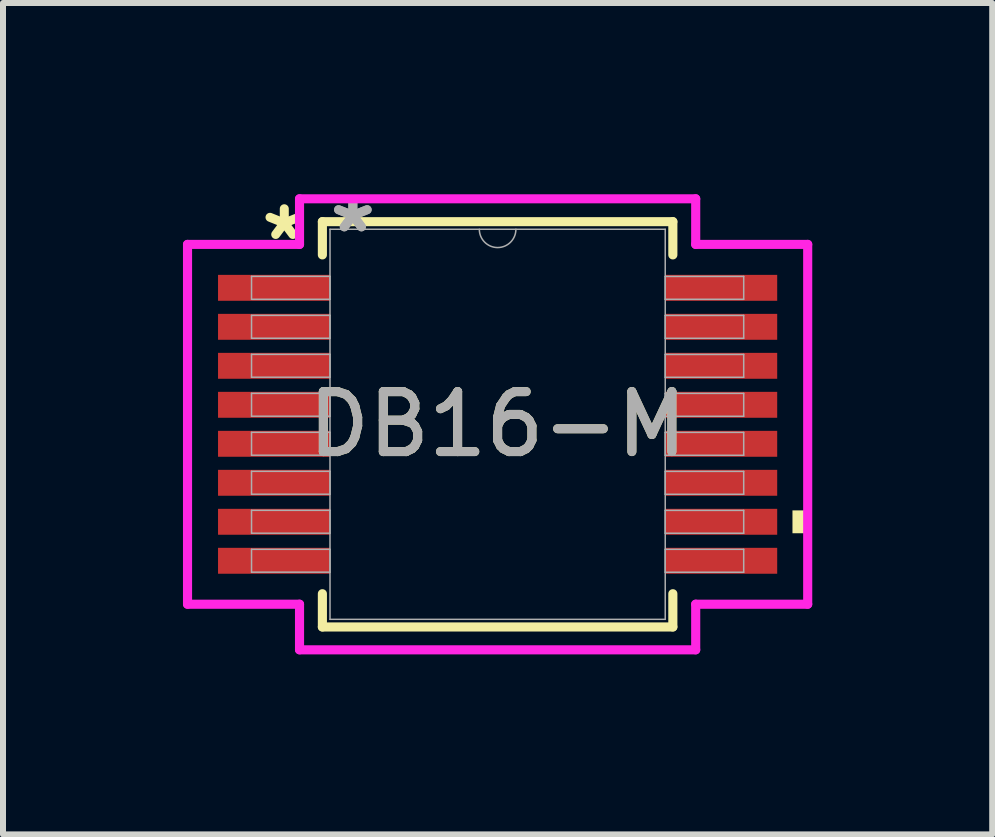
<source format=kicad_pcb>
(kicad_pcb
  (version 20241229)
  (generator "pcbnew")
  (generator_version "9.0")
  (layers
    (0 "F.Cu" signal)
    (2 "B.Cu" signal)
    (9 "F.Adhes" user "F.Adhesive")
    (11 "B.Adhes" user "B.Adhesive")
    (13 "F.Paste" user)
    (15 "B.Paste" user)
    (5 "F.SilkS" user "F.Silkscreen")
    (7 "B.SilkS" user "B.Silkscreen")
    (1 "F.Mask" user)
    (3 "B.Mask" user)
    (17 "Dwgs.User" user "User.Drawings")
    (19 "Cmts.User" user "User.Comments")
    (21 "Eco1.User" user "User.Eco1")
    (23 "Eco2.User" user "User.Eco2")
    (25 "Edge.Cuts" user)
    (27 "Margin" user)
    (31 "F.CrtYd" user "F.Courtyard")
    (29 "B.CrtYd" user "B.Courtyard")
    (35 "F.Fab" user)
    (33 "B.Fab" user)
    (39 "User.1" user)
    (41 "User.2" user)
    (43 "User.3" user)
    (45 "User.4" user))
  (footprint "DB16-M"
    (layer "F.Cu")
    (at 5.245 4.023)
    (property "Reference" "DB16-M" (at 0 0 0) (unlocked yes) (layer "F.SilkS") (effects (font (size 1 1) (thickness 0.15))))
    (attr smd allow_soldermask_bridges)
    (fp_line (start -2.921 -3.378) (end -2.921 -2.824) (stroke (width 0.152) (type solid)) (layer "F.SilkS"))
    (fp_line (start -2.921 2.824) (end -2.921 3.378) (stroke (width 0.152) (type solid)) (layer "F.SilkS"))
    (fp_line (start -2.921 3.378) (end 2.921 3.378) (stroke (width 0.152) (type solid)) (layer "F.SilkS"))
    (fp_line (start 2.921 -3.378) (end -2.921 -3.378) (stroke (width 0.152) (type solid)) (layer "F.SilkS"))
    (fp_line (start 2.921 -2.824) (end 2.921 -3.378) (stroke (width 0.152) (type solid)) (layer "F.SilkS"))
    (fp_line (start 2.921 3.378) (end 2.921 2.824) (stroke (width 0.152) (type solid)) (layer "F.SilkS"))
    (fp_poly (pts (xy 5.169 1.435) (xy 5.169 1.816) (xy 4.915 1.816) (xy 4.915 1.435)) (stroke (width 0) (type solid)) (fill yes) (layer "F.SilkS"))
    (fp_line (start -5.169 -2.999) (end -3.302 -2.999) (stroke (width 0.152) (type solid)) (layer "F.CrtYd"))
    (fp_line (start -5.169 2.999) (end -5.169 -2.999) (stroke (width 0.152) (type solid)) (layer "F.CrtYd"))
    (fp_line (start -5.169 2.999) (end -3.302 2.999) (stroke (width 0.152) (type solid)) (layer "F.CrtYd"))
    (fp_line (start -3.302 -3.759) (end 3.302 -3.759) (stroke (width 0.152) (type solid)) (layer "F.CrtYd"))
    (fp_line (start -3.302 -2.999) (end -3.302 -3.759) (stroke (width 0.152) (type solid)) (layer "F.CrtYd"))
    (fp_line (start -3.302 3.759) (end -3.302 2.999) (stroke (width 0.152) (type solid)) (layer "F.CrtYd"))
    (fp_line (start 3.302 -3.759) (end 3.302 -2.999) (stroke (width 0.152) (type solid)) (layer "F.CrtYd"))
    (fp_line (start 3.302 2.999) (end 3.302 3.759) (stroke (width 0.152) (type solid)) (layer "F.CrtYd"))
    (fp_line (start 3.302 3.759) (end -3.302 3.759) (stroke (width 0.152) (type solid)) (layer "F.CrtYd"))
    (fp_line (start 5.169 -2.999) (end 3.302 -2.999) (stroke (width 0.152) (type solid)) (layer "F.CrtYd"))
    (fp_line (start 5.169 -2.999) (end 5.169 2.999) (stroke (width 0.152) (type solid)) (layer "F.CrtYd"))
    (fp_line (start 5.169 2.999) (end 3.302 2.999) (stroke (width 0.152) (type solid)) (layer "F.CrtYd"))
    (fp_line (start -4.102 -2.466) (end -4.102 -2.084) (stroke (width 0.025) (type solid)) (layer "F.Fab"))
    (fp_line (start -4.102 -2.084) (end -2.794 -2.084) (stroke (width 0.025) (type solid)) (layer "F.Fab"))
    (fp_line (start -4.102 -1.816) (end -4.102 -1.435) (stroke (width 0.025) (type solid)) (layer "F.Fab"))
    (fp_line (start -4.102 -1.435) (end -2.794 -1.435) (stroke (width 0.025) (type solid)) (layer "F.Fab"))
    (fp_line (start -4.102 -1.166) (end -4.102 -0.785) (stroke (width 0.025) (type solid)) (layer "F.Fab"))
    (fp_line (start -4.102 -0.785) (end -2.794 -0.785) (stroke (width 0.025) (type solid)) (layer "F.Fab"))
    (fp_line (start -4.102 -0.516) (end -4.102 -0.135) (stroke (width 0.025) (type solid)) (layer "F.Fab"))
    (fp_line (start -4.102 -0.135) (end -2.794 -0.135) (stroke (width 0.025) (type solid)) (layer "F.Fab"))
    (fp_line (start -4.102 0.134) (end -4.102 0.515) (stroke (width 0.025) (type solid)) (layer "F.Fab"))
    (fp_line (start -4.102 0.515) (end -2.794 0.515) (stroke (width 0.025) (type solid)) (layer "F.Fab"))
    (fp_line (start -4.102 0.784) (end -4.102 1.165) (stroke (width 0.025) (type solid)) (layer "F.Fab"))
    (fp_line (start -4.102 1.165) (end -2.794 1.165) (stroke (width 0.025) (type solid)) (layer "F.Fab"))
    (fp_line (start -4.102 1.434) (end -4.102 1.815) (stroke (width 0.025) (type solid)) (layer "F.Fab"))
    (fp_line (start -4.102 1.815) (end -2.794 1.815) (stroke (width 0.025) (type solid)) (layer "F.Fab"))
    (fp_line (start -4.102 2.084) (end -4.102 2.465) (stroke (width 0.025) (type solid)) (layer "F.Fab"))
    (fp_line (start -4.102 2.465) (end -2.794 2.465) (stroke (width 0.025) (type solid)) (layer "F.Fab"))
    (fp_line (start -2.794 -3.251) (end -2.794 3.251) (stroke (width 0.025) (type solid)) (layer "F.Fab"))
    (fp_line (start -2.794 -2.466) (end -4.102 -2.466) (stroke (width 0.025) (type solid)) (layer "F.Fab"))
    (fp_line (start -2.794 -2.084) (end -2.794 -2.466) (stroke (width 0.025) (type solid)) (layer "F.Fab"))
    (fp_line (start -2.794 -1.816) (end -4.102 -1.816) (stroke (width 0.025) (type solid)) (layer "F.Fab"))
    (fp_line (start -2.794 -1.435) (end -2.794 -1.816) (stroke (width 0.025) (type solid)) (layer "F.Fab"))
    (fp_line (start -2.794 -1.166) (end -4.102 -1.166) (stroke (width 0.025) (type solid)) (layer "F.Fab"))
    (fp_line (start -2.794 -0.785) (end -2.794 -1.166) (stroke (width 0.025) (type solid)) (layer "F.Fab"))
    (fp_line (start -2.794 -0.516) (end -4.102 -0.516) (stroke (width 0.025) (type solid)) (layer "F.Fab"))
    (fp_line (start -2.794 -0.135) (end -2.794 -0.516) (stroke (width 0.025) (type solid)) (layer "F.Fab"))
    (fp_line (start -2.794 0.134) (end -4.102 0.134) (stroke (width 0.025) (type solid)) (layer "F.Fab"))
    (fp_line (start -2.794 0.515) (end -2.794 0.134) (stroke (width 0.025) (type solid)) (layer "F.Fab"))
    (fp_line (start -2.794 0.784) (end -4.102 0.784) (stroke (width 0.025) (type solid)) (layer "F.Fab"))
    (fp_line (start -2.794 1.165) (end -2.794 0.784) (stroke (width 0.025) (type solid)) (layer "F.Fab"))
    (fp_line (start -2.794 1.434) (end -4.102 1.434) (stroke (width 0.025) (type solid)) (layer "F.Fab"))
    (fp_line (start -2.794 1.815) (end -2.794 1.434) (stroke (width 0.025) (type solid)) (layer "F.Fab"))
    (fp_line (start -2.794 2.084) (end -4.102 2.084) (stroke (width 0.025) (type solid)) (layer "F.Fab"))
    (fp_line (start -2.794 2.465) (end -2.794 2.084) (stroke (width 0.025) (type solid)) (layer "F.Fab"))
    (fp_line (start -2.794 3.251) (end 2.794 3.251) (stroke (width 0.025) (type solid)) (layer "F.Fab"))
    (fp_line (start 2.794 -3.251) (end -2.794 -3.251) (stroke (width 0.025) (type solid)) (layer "F.Fab"))
    (fp_line (start 2.794 -2.465) (end 2.794 -2.084) (stroke (width 0.025) (type solid)) (layer "F.Fab"))
    (fp_line (start 2.794 -2.084) (end 4.102 -2.084) (stroke (width 0.025) (type solid)) (layer "F.Fab"))
    (fp_line (start 2.794 -1.815) (end 2.794 -1.434) (stroke (width 0.025) (type solid)) (layer "F.Fab"))
    (fp_line (start 2.794 -1.434) (end 4.102 -1.434) (stroke (width 0.025) (type solid)) (layer "F.Fab"))
    (fp_line (start 2.794 -1.165) (end 2.794 -0.784) (stroke (width 0.025) (type solid)) (layer "F.Fab"))
    (fp_line (start 2.794 -0.784) (end 4.102 -0.784) (stroke (width 0.025) (type solid)) (layer "F.Fab"))
    (fp_line (start 2.794 -0.515) (end 2.794 -0.134) (stroke (width 0.025) (type solid)) (layer "F.Fab"))
    (fp_line (start 2.794 -0.134) (end 4.102 -0.134) (stroke (width 0.025) (type solid)) (layer "F.Fab"))
    (fp_line (start 2.794 0.135) (end 2.794 0.516) (stroke (width 0.025) (type solid)) (layer "F.Fab"))
    (fp_line (start 2.794 0.516) (end 4.102 0.516) (stroke (width 0.025) (type solid)) (layer "F.Fab"))
    (fp_line (start 2.794 0.785) (end 2.794 1.166) (stroke (width 0.025) (type solid)) (layer "F.Fab"))
    (fp_line (start 2.794 1.166) (end 4.102 1.166) (stroke (width 0.025) (type solid)) (layer "F.Fab"))
    (fp_line (start 2.794 1.435) (end 2.794 1.816) (stroke (width 0.025) (type solid)) (layer "F.Fab"))
    (fp_line (start 2.794 1.816) (end 4.102 1.816) (stroke (width 0.025) (type solid)) (layer "F.Fab"))
    (fp_line (start 2.794 2.084) (end 2.794 2.466) (stroke (width 0.025) (type solid)) (layer "F.Fab"))
    (fp_line (start 2.794 2.466) (end 4.102 2.466) (stroke (width 0.025) (type solid)) (layer "F.Fab"))
    (fp_line (start 2.794 3.251) (end 2.794 -3.251) (stroke (width 0.025) (type solid)) (layer "F.Fab"))
    (fp_line (start 4.102 -2.465) (end 2.794 -2.465) (stroke (width 0.025) (type solid)) (layer "F.Fab"))
    (fp_line (start 4.102 -2.084) (end 4.102 -2.465) (stroke (width 0.025) (type solid)) (layer "F.Fab"))
    (fp_line (start 4.102 -1.815) (end 2.794 -1.815) (stroke (width 0.025) (type solid)) (layer "F.Fab"))
    (fp_line (start 4.102 -1.434) (end 4.102 -1.815) (stroke (width 0.025) (type solid)) (layer "F.Fab"))
    (fp_line (start 4.102 -1.165) (end 2.794 -1.165) (stroke (width 0.025) (type solid)) (layer "F.Fab"))
    (fp_line (start 4.102 -0.784) (end 4.102 -1.165) (stroke (width 0.025) (type solid)) (layer "F.Fab"))
    (fp_line (start 4.102 -0.515) (end 2.794 -0.515) (stroke (width 0.025) (type solid)) (layer "F.Fab"))
    (fp_line (start 4.102 -0.134) (end 4.102 -0.515) (stroke (width 0.025) (type solid)) (layer "F.Fab"))
    (fp_line (start 4.102 0.135) (end 2.794 0.135) (stroke (width 0.025) (type solid)) (layer "F.Fab"))
    (fp_line (start 4.102 0.516) (end 4.102 0.135) (stroke (width 0.025) (type solid)) (layer "F.Fab"))
    (fp_line (start 4.102 0.785) (end 2.794 0.785) (stroke (width 0.025) (type solid)) (layer "F.Fab"))
    (fp_line (start 4.102 1.166) (end 4.102 0.785) (stroke (width 0.025) (type solid)) (layer "F.Fab"))
    (fp_line (start 4.102 1.435) (end 2.794 1.435) (stroke (width 0.025) (type solid)) (layer "F.Fab"))
    (fp_line (start 4.102 1.816) (end 4.102 1.435) (stroke (width 0.025) (type solid)) (layer "F.Fab"))
    (fp_line (start 4.102 2.084) (end 2.794 2.084) (stroke (width 0.025) (type solid)) (layer "F.Fab"))
    (fp_line (start 4.102 2.466) (end 4.102 2.084) (stroke (width 0.025) (type solid)) (layer "F.Fab"))
    (fp_arc (start 0.3048 -3.2512) (mid 0 -2.9464) (end -0.3048 -3.2512) (stroke (width 0.0254) (type solid)) (layer "F.Fab"))
    (fp_text user "*" (at -3.556 -3.048 0) (layer "F.SilkS") (effects (font (size 1 1) (thickness 0.15))))
    (fp_text user "*" (at -2.413 -3.175 0) (unlocked yes) (layer "F.Fab") (effects (font (size 1 1) (thickness 0.15))))
    (fp_text user "${REFERENCE}" (at 0 0 0) (unlocked yes) (layer "F.Fab") (effects (font (size 1 1) (thickness 0.15))))
    (fp_text user "*" (at -2.413 -3.175 0) (layer "F.Fab") (effects (font (size 1 1) (thickness 0.15))))
    (pad "1" smd rect (at -3.727 -2.275) (size 1.867 0.432) (layers "F.Cu" "F.Mask" "F.Paste"))
    (pad "2" smd rect (at -3.727 -1.625) (size 1.867 0.432) (layers "F.Cu" "F.Mask" "F.Paste"))
    (pad "3" smd rect (at -3.727 -0.975) (size 1.867 0.432) (layers "F.Cu" "F.Mask" "F.Paste"))
    (pad "4" smd rect (at -3.727 -0.325) (size 1.867 0.432) (layers "F.Cu" "F.Mask" "F.Paste"))
    (pad "5" smd rect (at -3.727 0.325) (size 1.867 0.432) (layers "F.Cu" "F.Mask" "F.Paste"))
    (pad "6" smd rect (at -3.727 0.975) (size 1.867 0.432) (layers "F.Cu" "F.Mask" "F.Paste"))
    (pad "7" smd rect (at -3.727 1.625) (size 1.867 0.432) (layers "F.Cu" "F.Mask" "F.Paste"))
    (pad "8" smd rect (at -3.727 2.275) (size 1.867 0.432) (layers "F.Cu" "F.Mask" "F.Paste"))
    (pad "9" smd rect (at 3.727 2.275) (size 1.867 0.432) (layers "F.Cu" "F.Mask" "F.Paste"))
    (pad "10" smd rect (at 3.727 1.625) (size 1.867 0.432) (layers "F.Cu" "F.Mask" "F.Paste"))
    (pad "11" smd rect (at 3.727 0.975) (size 1.867 0.432) (layers "F.Cu" "F.Mask" "F.Paste"))
    (pad "12" smd rect (at 3.727 0.325) (size 1.867 0.432) (layers "F.Cu" "F.Mask" "F.Paste"))
    (pad "13" smd rect (at 3.727 -0.325) (size 1.867 0.432) (layers "F.Cu" "F.Mask" "F.Paste"))
    (pad "14" smd rect (at 3.727 -0.975) (size 1.867 0.432) (layers "F.Cu" "F.Mask" "F.Paste"))
    (pad "15" smd rect (at 3.727 -1.625) (size 1.867 0.432) (layers "F.Cu" "F.Mask" "F.Paste"))
    (pad "16" smd rect (at 3.727 -2.275) (size 1.867 0.432) (layers "F.Cu" "F.Mask" "F.Paste")))
  (gr_rect
    (start -3 -3)
    (end 13.49 10.859)
    (stroke (width 0.1) (type default))
    (fill no)
    (layer "Edge.Cuts")))
</source>
